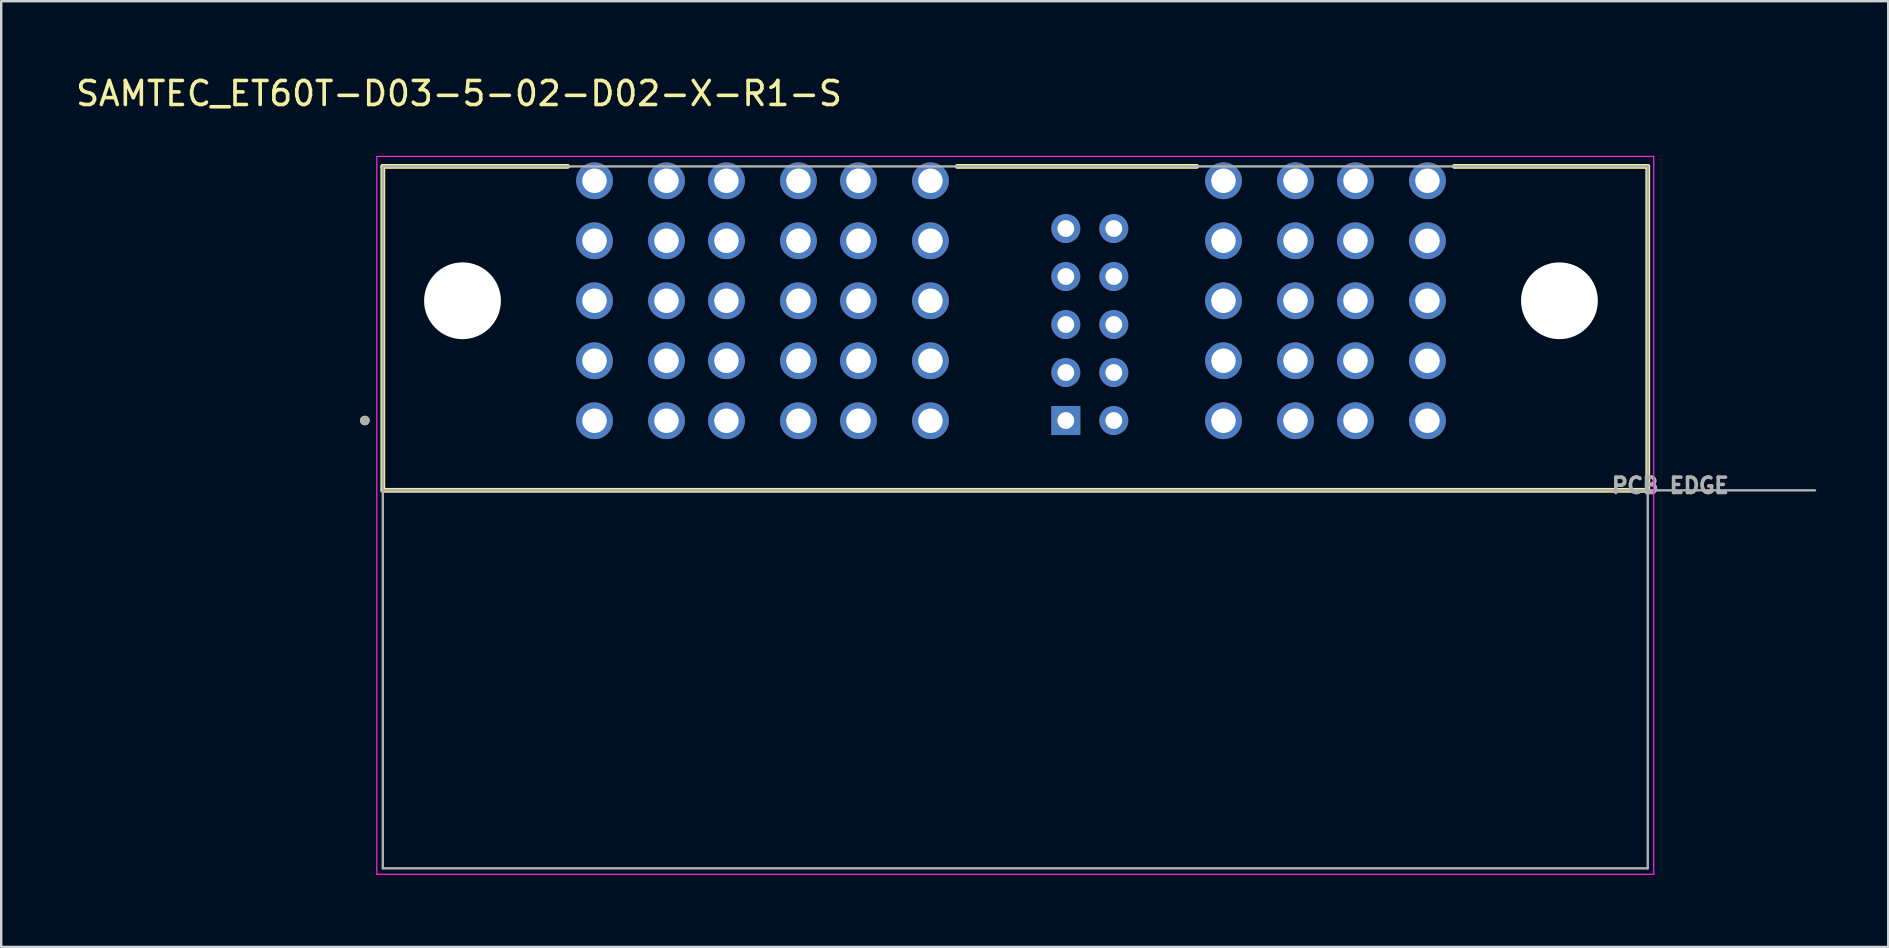
<source format=kicad_pcb>
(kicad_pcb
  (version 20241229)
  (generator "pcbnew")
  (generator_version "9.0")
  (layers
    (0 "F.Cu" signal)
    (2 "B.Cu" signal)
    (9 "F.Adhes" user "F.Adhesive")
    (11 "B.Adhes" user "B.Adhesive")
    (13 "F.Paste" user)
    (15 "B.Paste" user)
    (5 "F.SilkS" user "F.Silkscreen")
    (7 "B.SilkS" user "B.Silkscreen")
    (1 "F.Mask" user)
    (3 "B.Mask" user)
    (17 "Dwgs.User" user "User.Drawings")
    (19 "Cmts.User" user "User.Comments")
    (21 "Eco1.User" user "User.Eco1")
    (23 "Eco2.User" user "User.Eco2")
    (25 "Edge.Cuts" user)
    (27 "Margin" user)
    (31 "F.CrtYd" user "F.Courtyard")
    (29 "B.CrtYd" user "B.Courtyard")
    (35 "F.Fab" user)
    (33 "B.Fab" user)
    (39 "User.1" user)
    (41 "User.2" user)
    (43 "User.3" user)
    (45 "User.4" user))
  (footprint "SAMTEC_ET60T-D03-5-02-D02-X-R1-S"
    (layer "F.Cu")
    (at 39.077 9.483)
    (property "Reference" "SAMTEC_ET60T-D03-5-02-D02-X-R1-S" (at -23 -8.635 0) (layer "F.SilkS") (effects (font (size 1 1) (thickness 0.15))))
    (attr through_hole)
    (fp_line (start -26.175 -5.6) (end -18.47 -5.6) (stroke (width 0.2) (type solid)) (layer "F.SilkS"))
    (fp_line (start -26.175 7.9) (end -26.175 -5.6) (stroke (width 0.2) (type solid)) (layer "F.SilkS"))
    (fp_line (start -2.24 -5.6) (end 7.74 -5.6) (stroke (width 0.2) (type solid)) (layer "F.SilkS"))
    (fp_line (start 18.47 -5.6) (end 26.535 -5.6) (stroke (width 0.2) (type solid)) (layer "F.SilkS"))
    (fp_line (start 26.535 7.9) (end -26.175 7.9) (stroke (width 0.2) (type solid)) (layer "F.SilkS"))
    (fp_line (start 26.535 7.9) (end 26.535 -5.6) (stroke (width 0.2) (type solid)) (layer "F.SilkS"))
    (fp_circle (center -26.925 4.99) (end -26.825 4.99) (stroke (width 0.2) (type solid)) (fill no) (layer "F.SilkS"))
    (fp_line (start -26.425 -6.015) (end -26.425 23.9) (stroke (width 0.05) (type solid)) (layer "F.CrtYd"))
    (fp_line (start -26.425 23.9) (end 26.785 23.9) (stroke (width 0.05) (type solid)) (layer "F.CrtYd"))
    (fp_line (start 26.785 -6.015) (end -26.425 -6.015) (stroke (width 0.05) (type solid)) (layer "F.CrtYd"))
    (fp_line (start 26.785 23.9) (end 26.785 -6.015) (stroke (width 0.05) (type solid)) (layer "F.CrtYd"))
    (fp_line (start -26.175 -5.6) (end 26.535 -5.6) (stroke (width 0.1) (type solid)) (layer "F.Fab"))
    (fp_line (start -26.175 7.9) (end -26.175 -5.6) (stroke (width 0.1) (type solid)) (layer "F.Fab"))
    (fp_line (start -26.175 23.65) (end -26.175 7.9) (stroke (width 0.1) (type solid)) (layer "F.Fab"))
    (fp_line (start 26.535 23.65) (end -26.175 23.65) (stroke (width 0.1) (type solid)) (layer "F.Fab"))
    (fp_line (start 26.535 23.65) (end 26.535 -5.6) (stroke (width 0.1) (type solid)) (layer "F.Fab"))
    (fp_line (start 33.505 7.9) (end -26.175 7.9) (stroke (width 0.1) (type solid)) (layer "F.Fab"))
    (fp_circle (center -26.925 4.99) (end -26.825 4.99) (stroke (width 0.2) (type solid)) (fill no) (layer "F.Fab"))
    (fp_text user "PCB EDGE" (at 27.475 7.7 0) (layer "F.Fab") (effects (font (size 0.64 0.64) (thickness 0.15))))
    (pad "" np_thru_hole circle (at -22.855 0) (size 3.2 3.2) (drill 3.2) (layers "*.Cu" "*.Mask"))
    (pad "" np_thru_hole circle (at 22.855 0) (size 3.2 3.2) (drill 3.2) (layers "*.Cu" "*.Mask"))
    (pad "01" thru_hole rect (at 2.285 4.99) (size 1.208 1.208) (drill 0.7) (layers "*.Cu" "*.Mask"))
    (pad "02" thru_hole circle (at 4.285 4.99) (size 1.208 1.208) (drill 0.7) (layers "*.Cu" "*.Mask"))
    (pad "03" thru_hole circle (at 2.285 2.99) (size 1.208 1.208) (drill 0.7) (layers "*.Cu" "*.Mask"))
    (pad "04" thru_hole circle (at 4.285 2.99) (size 1.208 1.208) (drill 0.7) (layers "*.Cu" "*.Mask"))
    (pad "05" thru_hole circle (at 2.285 0.99) (size 1.208 1.208) (drill 0.7) (layers "*.Cu" "*.Mask"))
    (pad "06" thru_hole circle (at 4.285 0.99) (size 1.208 1.208) (drill 0.7) (layers "*.Cu" "*.Mask"))
    (pad "07" thru_hole circle (at 2.285 -1.01) (size 1.208 1.208) (drill 0.7) (layers "*.Cu" "*.Mask"))
    (pad "08" thru_hole circle (at 4.285 -1.01) (size 1.208 1.208) (drill 0.7) (layers "*.Cu" "*.Mask"))
    (pad "09" thru_hole circle (at 2.285 -3.01) (size 1.208 1.208) (drill 0.7) (layers "*.Cu" "*.Mask"))
    (pad "10" thru_hole circle (at 4.285 -3.01) (size 1.208 1.208) (drill 0.7) (layers "*.Cu" "*.Mask"))
    (pad "P01_1" thru_hole circle (at -17.355 -5) (size 1.53 1.53) (drill 1.02) (layers "*.Cu" "*.Mask"))
    (pad "P01_2" thru_hole circle (at -17.355 -2.5) (size 1.53 1.53) (drill 1.02) (layers "*.Cu" "*.Mask"))
    (pad "P01_3" thru_hole circle (at -17.355 0) (size 1.53 1.53) (drill 1.02) (layers "*.Cu" "*.Mask"))
    (pad "P01_4" thru_hole circle (at -17.355 2.5) (size 1.53 1.53) (drill 1.02) (layers "*.Cu" "*.Mask"))
    (pad "P01_5" thru_hole circle (at -17.355 5) (size 1.53 1.53) (drill 1.02) (layers "*.Cu" "*.Mask"))
    (pad "P01_6" thru_hole circle (at -14.355 5) (size 1.53 1.53) (drill 1.02) (layers "*.Cu" "*.Mask"))
    (pad "P01_7" thru_hole circle (at -14.355 2.5) (size 1.53 1.53) (drill 1.02) (layers "*.Cu" "*.Mask"))
    (pad "P01_8" thru_hole circle (at -14.355 0) (size 1.53 1.53) (drill 1.02) (layers "*.Cu" "*.Mask"))
    (pad "P01_9" thru_hole circle (at -14.355 -2.5) (size 1.53 1.53) (drill 1.02) (layers "*.Cu" "*.Mask"))
    (pad "P01_10" thru_hole circle (at -14.355 -5) (size 1.53 1.53) (drill 1.02) (layers "*.Cu" "*.Mask"))
    (pad "P02_1" thru_hole circle (at -11.855 -5) (size 1.53 1.53) (drill 1.02) (layers "*.Cu" "*.Mask"))
    (pad "P02_2" thru_hole circle (at -11.855 -2.5) (size 1.53 1.53) (drill 1.02) (layers "*.Cu" "*.Mask"))
    (pad "P02_3" thru_hole circle (at -11.855 0) (size 1.53 1.53) (drill 1.02) (layers "*.Cu" "*.Mask"))
    (pad "P02_4" thru_hole circle (at -11.855 2.5) (size 1.53 1.53) (drill 1.02) (layers "*.Cu" "*.Mask"))
    (pad "P02_5" thru_hole circle (at -11.855 5) (size 1.53 1.53) (drill 1.02) (layers "*.Cu" "*.Mask"))
    (pad "P02_6" thru_hole circle (at -8.855 5) (size 1.53 1.53) (drill 1.02) (layers "*.Cu" "*.Mask"))
    (pad "P02_7" thru_hole circle (at -8.855 2.5) (size 1.53 1.53) (drill 1.02) (layers "*.Cu" "*.Mask"))
    (pad "P02_8" thru_hole circle (at -8.855 0) (size 1.53 1.53) (drill 1.02) (layers "*.Cu" "*.Mask"))
    (pad "P02_9" thru_hole circle (at -8.855 -2.5) (size 1.53 1.53) (drill 1.02) (layers "*.Cu" "*.Mask"))
    (pad "P02_10" thru_hole circle (at -8.855 -5) (size 1.53 1.53) (drill 1.02) (layers "*.Cu" "*.Mask"))
    (pad "P03_1" thru_hole circle (at -6.355 -5) (size 1.53 1.53) (drill 1.02) (layers "*.Cu" "*.Mask"))
    (pad "P03_2" thru_hole circle (at -6.355 -2.5) (size 1.53 1.53) (drill 1.02) (layers "*.Cu" "*.Mask"))
    (pad "P03_3" thru_hole circle (at -6.355 0) (size 1.53 1.53) (drill 1.02) (layers "*.Cu" "*.Mask"))
    (pad "P03_4" thru_hole circle (at -6.355 2.5) (size 1.53 1.53) (drill 1.02) (layers "*.Cu" "*.Mask"))
    (pad "P03_5" thru_hole circle (at -6.355 5) (size 1.53 1.53) (drill 1.02) (layers "*.Cu" "*.Mask"))
    (pad "P03_6" thru_hole circle (at -3.355 5) (size 1.53 1.53) (drill 1.02) (layers "*.Cu" "*.Mask"))
    (pad "P03_7" thru_hole circle (at -3.355 2.5) (size 1.53 1.53) (drill 1.02) (layers "*.Cu" "*.Mask"))
    (pad "P03_8" thru_hole circle (at -3.355 0) (size 1.53 1.53) (drill 1.02) (layers "*.Cu" "*.Mask"))
    (pad "P03_9" thru_hole circle (at -3.355 -2.5) (size 1.53 1.53) (drill 1.02) (layers "*.Cu" "*.Mask"))
    (pad "P03_10" thru_hole circle (at -3.355 -5) (size 1.53 1.53) (drill 1.02) (layers "*.Cu" "*.Mask"))
    (pad "P04_1" thru_hole circle (at 8.855 -5) (size 1.53 1.53) (drill 1.02) (layers "*.Cu" "*.Mask"))
    (pad "P04_2" thru_hole circle (at 8.855 -2.5) (size 1.53 1.53) (drill 1.02) (layers "*.Cu" "*.Mask"))
    (pad "P04_3" thru_hole circle (at 8.855 0) (size 1.53 1.53) (drill 1.02) (layers "*.Cu" "*.Mask"))
    (pad "P04_4" thru_hole circle (at 8.855 2.5) (size 1.53 1.53) (drill 1.02) (layers "*.Cu" "*.Mask"))
    (pad "P04_5" thru_hole circle (at 8.855 5) (size 1.53 1.53) (drill 1.02) (layers "*.Cu" "*.Mask"))
    (pad "P04_6" thru_hole circle (at 11.855 5) (size 1.53 1.53) (drill 1.02) (layers "*.Cu" "*.Mask"))
    (pad "P04_7" thru_hole circle (at 11.855 2.5) (size 1.53 1.53) (drill 1.02) (layers "*.Cu" "*.Mask"))
    (pad "P04_8" thru_hole circle (at 11.855 0) (size 1.53 1.53) (drill 1.02) (layers "*.Cu" "*.Mask"))
    (pad "P04_9" thru_hole circle (at 11.855 -2.5) (size 1.53 1.53) (drill 1.02) (layers "*.Cu" "*.Mask"))
    (pad "P04_10" thru_hole circle (at 11.855 -5) (size 1.53 1.53) (drill 1.02) (layers "*.Cu" "*.Mask"))
    (pad "P05_1" thru_hole circle (at 14.355 -5) (size 1.53 1.53) (drill 1.02) (layers "*.Cu" "*.Mask"))
    (pad "P05_2" thru_hole circle (at 14.355 -2.5) (size 1.53 1.53) (drill 1.02) (layers "*.Cu" "*.Mask"))
    (pad "P05_3" thru_hole circle (at 14.355 0) (size 1.53 1.53) (drill 1.02) (layers "*.Cu" "*.Mask"))
    (pad "P05_4" thru_hole circle (at 14.355 2.5) (size 1.53 1.53) (drill 1.02) (layers "*.Cu" "*.Mask"))
    (pad "P05_5" thru_hole circle (at 14.355 5) (size 1.53 1.53) (drill 1.02) (layers "*.Cu" "*.Mask"))
    (pad "P05_6" thru_hole circle (at 17.355 5) (size 1.53 1.53) (drill 1.02) (layers "*.Cu" "*.Mask"))
    (pad "P05_7" thru_hole circle (at 17.355 2.5) (size 1.53 1.53) (drill 1.02) (layers "*.Cu" "*.Mask"))
    (pad "P05_8" thru_hole circle (at 17.355 0) (size 1.53 1.53) (drill 1.02) (layers "*.Cu" "*.Mask"))
    (pad "P05_9" thru_hole circle (at 17.355 -2.5) (size 1.53 1.53) (drill 1.02) (layers "*.Cu" "*.Mask"))
    (pad "P05_10" thru_hole circle (at 17.355 -5) (size 1.53 1.53) (drill 1.02) (layers "*.Cu" "*.Mask")))
  (gr_rect
    (start -3 -3)
    (end 75.632 36.408)
    (stroke (width 0.1) (type default))
    (fill no)
    (layer "Edge.Cuts")))
</source>
